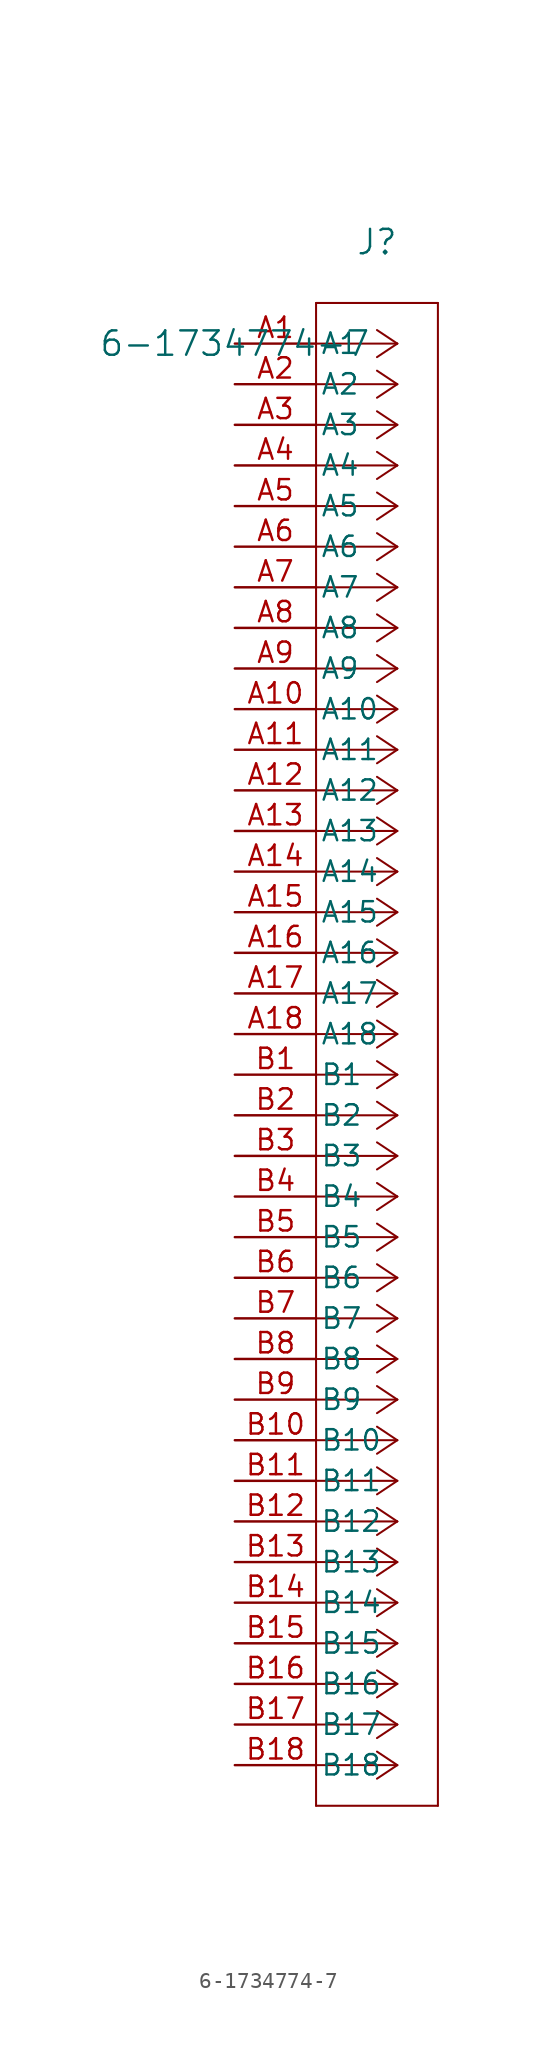
<source format=kicad_sym>
(kicad_symbol_lib
  (version 20211014)
  (generator kicad_symbol_editor)
  (symbol "6-1734774-7"
    (pin_names
      (offset 0.254))
    (property "Reference" "J"
      (at 8.89 6.35 0)
      (effects (font (size 1.524 1.524))))
    (property "Value" "6-1734774-7"
      (at 0 0 0)
      (effects (font (size 1.524 1.524))))
    (symbol "6-1734774-7_0_1"
      (polyline (pts (xy 10.16 0) (xy 5.08 0)) (stroke (width 0.127) (type default) (color 0 0 0 0)) (fill (type none)))
      (polyline (pts (xy 10.16 -2.54) (xy 5.08 -2.54)) (stroke (width 0.127) (type default) (color 0 0 0 0)) (fill (type none)))
      (polyline (pts (xy 10.16 -5.08) (xy 5.08 -5.08)) (stroke (width 0.127) (type default) (color 0 0 0 0)) (fill (type none)))
      (polyline (pts (xy 10.16 -7.62) (xy 5.08 -7.62)) (stroke (width 0.127) (type default) (color 0 0 0 0)) (fill (type none)))
      (polyline (pts (xy 10.16 -10.16) (xy 5.08 -10.16)) (stroke (width 0.127) (type default) (color 0 0 0 0)) (fill (type none)))
      (polyline (pts (xy 10.16 -12.7) (xy 5.08 -12.7)) (stroke (width 0.127) (type default) (color 0 0 0 0)) (fill (type none)))
      (polyline (pts (xy 10.16 -15.24) (xy 5.08 -15.24)) (stroke (width 0.127) (type default) (color 0 0 0 0)) (fill (type none)))
      (polyline (pts (xy 10.16 -17.78) (xy 5.08 -17.78)) (stroke (width 0.127) (type default) (color 0 0 0 0)) (fill (type none)))
      (polyline (pts (xy 10.16 -20.32) (xy 5.08 -20.32)) (stroke (width 0.127) (type default) (color 0 0 0 0)) (fill (type none)))
      (polyline (pts (xy 10.16 -22.86) (xy 5.08 -22.86)) (stroke (width 0.127) (type default) (color 0 0 0 0)) (fill (type none)))
      (polyline (pts (xy 10.16 -25.4) (xy 5.08 -25.4)) (stroke (width 0.127) (type default) (color 0 0 0 0)) (fill (type none)))
      (polyline (pts (xy 10.16 -27.94) (xy 5.08 -27.94)) (stroke (width 0.127) (type default) (color 0 0 0 0)) (fill (type none)))
      (polyline (pts (xy 10.16 -30.48) (xy 5.08 -30.48)) (stroke (width 0.127) (type default) (color 0 0 0 0)) (fill (type none)))
      (polyline (pts (xy 10.16 -33.02) (xy 5.08 -33.02)) (stroke (width 0.127) (type default) (color 0 0 0 0)) (fill (type none)))
      (polyline (pts (xy 10.16 -35.56) (xy 5.08 -35.56)) (stroke (width 0.127) (type default) (color 0 0 0 0)) (fill (type none)))
      (polyline (pts (xy 10.16 -38.1) (xy 5.08 -38.1)) (stroke (width 0.127) (type default) (color 0 0 0 0)) (fill (type none)))
      (polyline (pts (xy 10.16 -40.64) (xy 5.08 -40.64)) (stroke (width 0.127) (type default) (color 0 0 0 0)) (fill (type none)))
      (polyline (pts (xy 10.16 -43.18) (xy 5.08 -43.18)) (stroke (width 0.127) (type default) (color 0 0 0 0)) (fill (type none)))
      (polyline (pts (xy 10.16 -45.72) (xy 5.08 -45.72)) (stroke (width 0.127) (type default) (color 0 0 0 0)) (fill (type none)))
      (polyline (pts (xy 10.16 -48.26) (xy 5.08 -48.26)) (stroke (width 0.127) (type default) (color 0 0 0 0)) (fill (type none)))
      (polyline (pts (xy 10.16 -50.8) (xy 5.08 -50.8)) (stroke (width 0.127) (type default) (color 0 0 0 0)) (fill (type none)))
      (polyline (pts (xy 10.16 -53.34) (xy 5.08 -53.34)) (stroke (width 0.127) (type default) (color 0 0 0 0)) (fill (type none)))
      (polyline (pts (xy 10.16 -55.88) (xy 5.08 -55.88)) (stroke (width 0.127) (type default) (color 0 0 0 0)) (fill (type none)))
      (polyline (pts (xy 10.16 -58.42) (xy 5.08 -58.42)) (stroke (width 0.127) (type default) (color 0 0 0 0)) (fill (type none)))
      (polyline (pts (xy 10.16 -60.96) (xy 5.08 -60.96)) (stroke (width 0.127) (type default) (color 0 0 0 0)) (fill (type none)))
      (polyline (pts (xy 10.16 -63.5) (xy 5.08 -63.5)) (stroke (width 0.127) (type default) (color 0 0 0 0)) (fill (type none)))
      (polyline (pts (xy 10.16 -66.04) (xy 5.08 -66.04)) (stroke (width 0.127) (type default) (color 0 0 0 0)) (fill (type none)))
      (polyline (pts (xy 10.16 -68.58) (xy 5.08 -68.58)) (stroke (width 0.127) (type default) (color 0 0 0 0)) (fill (type none)))
      (polyline (pts (xy 10.16 -71.12) (xy 5.08 -71.12)) (stroke (width 0.127) (type default) (color 0 0 0 0)) (fill (type none)))
      (polyline (pts (xy 10.16 -73.66) (xy 5.08 -73.66)) (stroke (width 0.127) (type default) (color 0 0 0 0)) (fill (type none)))
      (polyline (pts (xy 10.16 -76.2) (xy 5.08 -76.2)) (stroke (width 0.127) (type default) (color 0 0 0 0)) (fill (type none)))
      (polyline (pts (xy 10.16 -78.74) (xy 5.08 -78.74)) (stroke (width 0.127) (type default) (color 0 0 0 0)) (fill (type none)))
      (polyline (pts (xy 10.16 -81.28) (xy 5.08 -81.28)) (stroke (width 0.127) (type default) (color 0 0 0 0)) (fill (type none)))
      (polyline (pts (xy 10.16 -83.82) (xy 5.08 -83.82)) (stroke (width 0.127) (type default) (color 0 0 0 0)) (fill (type none)))
      (polyline (pts (xy 10.16 -86.36) (xy 5.08 -86.36)) (stroke (width 0.127) (type default) (color 0 0 0 0)) (fill (type none)))
      (polyline (pts (xy 10.16 -88.9) (xy 5.08 -88.9)) (stroke (width 0.127) (type default) (color 0 0 0 0)) (fill (type none)))
      (polyline (pts (xy 10.16 0) (xy 8.89 0.847)) (stroke (width 0.127) (type default) (color 0 0 0 0)) (fill (type none)))
      (polyline (pts (xy 10.16 -2.54) (xy 8.89 -1.693)) (stroke (width 0.127) (type default) (color 0 0 0 0)) (fill (type none)))
      (polyline (pts (xy 10.16 -5.08) (xy 8.89 -4.233)) (stroke (width 0.127) (type default) (color 0 0 0 0)) (fill (type none)))
      (polyline (pts (xy 10.16 -7.62) (xy 8.89 -6.773)) (stroke (width 0.127) (type default) (color 0 0 0 0)) (fill (type none)))
      (polyline (pts (xy 10.16 -10.16) (xy 8.89 -9.313)) (stroke (width 0.127) (type default) (color 0 0 0 0)) (fill (type none)))
      (polyline (pts (xy 10.16 -12.7) (xy 8.89 -11.853)) (stroke (width 0.127) (type default) (color 0 0 0 0)) (fill (type none)))
      (polyline (pts (xy 10.16 -15.24) (xy 8.89 -14.393)) (stroke (width 0.127) (type default) (color 0 0 0 0)) (fill (type none)))
      (polyline (pts (xy 10.16 -17.78) (xy 8.89 -16.933)) (stroke (width 0.127) (type default) (color 0 0 0 0)) (fill (type none)))
      (polyline (pts (xy 10.16 -20.32) (xy 8.89 -19.473)) (stroke (width 0.127) (type default) (color 0 0 0 0)) (fill (type none)))
      (polyline (pts (xy 10.16 -22.86) (xy 8.89 -22.013)) (stroke (width 0.127) (type default) (color 0 0 0 0)) (fill (type none)))
      (polyline (pts (xy 10.16 -25.4) (xy 8.89 -24.553)) (stroke (width 0.127) (type default) (color 0 0 0 0)) (fill (type none)))
      (polyline (pts (xy 10.16 -27.94) (xy 8.89 -27.093)) (stroke (width 0.127) (type default) (color 0 0 0 0)) (fill (type none)))
      (polyline (pts (xy 10.16 -30.48) (xy 8.89 -29.633)) (stroke (width 0.127) (type default) (color 0 0 0 0)) (fill (type none)))
      (polyline (pts (xy 10.16 -33.02) (xy 8.89 -32.173)) (stroke (width 0.127) (type default) (color 0 0 0 0)) (fill (type none)))
      (polyline (pts (xy 10.16 -35.56) (xy 8.89 -34.713)) (stroke (width 0.127) (type default) (color 0 0 0 0)) (fill (type none)))
      (polyline (pts (xy 10.16 -38.1) (xy 8.89 -37.253)) (stroke (width 0.127) (type default) (color 0 0 0 0)) (fill (type none)))
      (polyline (pts (xy 10.16 -40.64) (xy 8.89 -39.793)) (stroke (width 0.127) (type default) (color 0 0 0 0)) (fill (type none)))
      (polyline (pts (xy 10.16 -43.18) (xy 8.89 -42.333)) (stroke (width 0.127) (type default) (color 0 0 0 0)) (fill (type none)))
      (polyline (pts (xy 10.16 -45.72) (xy 8.89 -44.873)) (stroke (width 0.127) (type default) (color 0 0 0 0)) (fill (type none)))
      (polyline (pts (xy 10.16 -48.26) (xy 8.89 -47.413)) (stroke (width 0.127) (type default) (color 0 0 0 0)) (fill (type none)))
      (polyline (pts (xy 10.16 -50.8) (xy 8.89 -49.953)) (stroke (width 0.127) (type default) (color 0 0 0 0)) (fill (type none)))
      (polyline (pts (xy 10.16 -53.34) (xy 8.89 -52.493)) (stroke (width 0.127) (type default) (color 0 0 0 0)) (fill (type none)))
      (polyline (pts (xy 10.16 -55.88) (xy 8.89 -55.033)) (stroke (width 0.127) (type default) (color 0 0 0 0)) (fill (type none)))
      (polyline (pts (xy 10.16 -58.42) (xy 8.89 -57.573)) (stroke (width 0.127) (type default) (color 0 0 0 0)) (fill (type none)))
      (polyline (pts (xy 10.16 -60.96) (xy 8.89 -60.113)) (stroke (width 0.127) (type default) (color 0 0 0 0)) (fill (type none)))
      (polyline (pts (xy 10.16 -63.5) (xy 8.89 -62.653)) (stroke (width 0.127) (type default) (color 0 0 0 0)) (fill (type none)))
      (polyline (pts (xy 10.16 -66.04) (xy 8.89 -65.193)) (stroke (width 0.127) (type default) (color 0 0 0 0)) (fill (type none)))
      (polyline (pts (xy 10.16 -68.58) (xy 8.89 -67.733)) (stroke (width 0.127) (type default) (color 0 0 0 0)) (fill (type none)))
      (polyline (pts (xy 10.16 -71.12) (xy 8.89 -70.273)) (stroke (width 0.127) (type default) (color 0 0 0 0)) (fill (type none)))
      (polyline (pts (xy 10.16 -73.66) (xy 8.89 -72.813)) (stroke (width 0.127) (type default) (color 0 0 0 0)) (fill (type none)))
      (polyline (pts (xy 10.16 -76.2) (xy 8.89 -75.353)) (stroke (width 0.127) (type default) (color 0 0 0 0)) (fill (type none)))
      (polyline (pts (xy 10.16 -78.74) (xy 8.89 -77.893)) (stroke (width 0.127) (type default) (color 0 0 0 0)) (fill (type none)))
      (polyline (pts (xy 10.16 -81.28) (xy 8.89 -80.433)) (stroke (width 0.127) (type default) (color 0 0 0 0)) (fill (type none)))
      (polyline (pts (xy 10.16 -83.82) (xy 8.89 -82.973)) (stroke (width 0.127) (type default) (color 0 0 0 0)) (fill (type none)))
      (polyline (pts (xy 10.16 -86.36) (xy 8.89 -85.513)) (stroke (width 0.127) (type default) (color 0 0 0 0)) (fill (type none)))
      (polyline (pts (xy 10.16 -88.9) (xy 8.89 -88.053)) (stroke (width 0.127) (type default) (color 0 0 0 0)) (fill (type none)))
      (polyline (pts (xy 10.16 0) (xy 8.89 -0.847)) (stroke (width 0.127) (type default) (color 0 0 0 0)) (fill (type none)))
      (polyline (pts (xy 10.16 -2.54) (xy 8.89 -3.387)) (stroke (width 0.127) (type default) (color 0 0 0 0)) (fill (type none)))
      (polyline (pts (xy 10.16 -5.08) (xy 8.89 -5.927)) (stroke (width 0.127) (type default) (color 0 0 0 0)) (fill (type none)))
      (polyline (pts (xy 10.16 -7.62) (xy 8.89 -8.467)) (stroke (width 0.127) (type default) (color 0 0 0 0)) (fill (type none)))
      (polyline (pts (xy 10.16 -10.16) (xy 8.89 -11.007)) (stroke (width 0.127) (type default) (color 0 0 0 0)) (fill (type none)))
      (polyline (pts (xy 10.16 -12.7) (xy 8.89 -13.547)) (stroke (width 0.127) (type default) (color 0 0 0 0)) (fill (type none)))
      (polyline (pts (xy 10.16 -15.24) (xy 8.89 -16.087)) (stroke (width 0.127) (type default) (color 0 0 0 0)) (fill (type none)))
      (polyline (pts (xy 10.16 -17.78) (xy 8.89 -18.627)) (stroke (width 0.127) (type default) (color 0 0 0 0)) (fill (type none)))
      (polyline (pts (xy 10.16 -20.32) (xy 8.89 -21.167)) (stroke (width 0.127) (type default) (color 0 0 0 0)) (fill (type none)))
      (polyline (pts (xy 10.16 -22.86) (xy 8.89 -23.707)) (stroke (width 0.127) (type default) (color 0 0 0 0)) (fill (type none)))
      (polyline (pts (xy 10.16 -25.4) (xy 8.89 -26.247)) (stroke (width 0.127) (type default) (color 0 0 0 0)) (fill (type none)))
      (polyline (pts (xy 10.16 -27.94) (xy 8.89 -28.787)) (stroke (width 0.127) (type default) (color 0 0 0 0)) (fill (type none)))
      (polyline (pts (xy 10.16 -30.48) (xy 8.89 -31.327)) (stroke (width 0.127) (type default) (color 0 0 0 0)) (fill (type none)))
      (polyline (pts (xy 10.16 -33.02) (xy 8.89 -33.867)) (stroke (width 0.127) (type default) (color 0 0 0 0)) (fill (type none)))
      (polyline (pts (xy 10.16 -35.56) (xy 8.89 -36.407)) (stroke (width 0.127) (type default) (color 0 0 0 0)) (fill (type none)))
      (polyline (pts (xy 10.16 -38.1) (xy 8.89 -38.947)) (stroke (width 0.127) (type default) (color 0 0 0 0)) (fill (type none)))
      (polyline (pts (xy 10.16 -40.64) (xy 8.89 -41.487)) (stroke (width 0.127) (type default) (color 0 0 0 0)) (fill (type none)))
      (polyline (pts (xy 10.16 -43.18) (xy 8.89 -44.027)) (stroke (width 0.127) (type default) (color 0 0 0 0)) (fill (type none)))
      (polyline (pts (xy 10.16 -45.72) (xy 8.89 -46.567)) (stroke (width 0.127) (type default) (color 0 0 0 0)) (fill (type none)))
      (polyline (pts (xy 10.16 -48.26) (xy 8.89 -49.107)) (stroke (width 0.127) (type default) (color 0 0 0 0)) (fill (type none)))
      (polyline (pts (xy 10.16 -50.8) (xy 8.89 -51.647)) (stroke (width 0.127) (type default) (color 0 0 0 0)) (fill (type none)))
      (polyline (pts (xy 10.16 -53.34) (xy 8.89 -54.187)) (stroke (width 0.127) (type default) (color 0 0 0 0)) (fill (type none)))
      (polyline (pts (xy 10.16 -55.88) (xy 8.89 -56.727)) (stroke (width 0.127) (type default) (color 0 0 0 0)) (fill (type none)))
      (polyline (pts (xy 10.16 -58.42) (xy 8.89 -59.267)) (stroke (width 0.127) (type default) (color 0 0 0 0)) (fill (type none)))
      (polyline (pts (xy 10.16 -60.96) (xy 8.89 -61.807)) (stroke (width 0.127) (type default) (color 0 0 0 0)) (fill (type none)))
      (polyline (pts (xy 10.16 -63.5) (xy 8.89 -64.347)) (stroke (width 0.127) (type default) (color 0 0 0 0)) (fill (type none)))
      (polyline (pts (xy 10.16 -66.04) (xy 8.89 -66.887)) (stroke (width 0.127) (type default) (color 0 0 0 0)) (fill (type none)))
      (polyline (pts (xy 10.16 -68.58) (xy 8.89 -69.427)) (stroke (width 0.127) (type default) (color 0 0 0 0)) (fill (type none)))
      (polyline (pts (xy 10.16 -71.12) (xy 8.89 -71.967)) (stroke (width 0.127) (type default) (color 0 0 0 0)) (fill (type none)))
      (polyline (pts (xy 10.16 -73.66) (xy 8.89 -74.507)) (stroke (width 0.127) (type default) (color 0 0 0 0)) (fill (type none)))
      (polyline (pts (xy 10.16 -76.2) (xy 8.89 -77.047)) (stroke (width 0.127) (type default) (color 0 0 0 0)) (fill (type none)))
      (polyline (pts (xy 10.16 -78.74) (xy 8.89 -79.587)) (stroke (width 0.127) (type default) (color 0 0 0 0)) (fill (type none)))
      (polyline (pts (xy 10.16 -81.28) (xy 8.89 -82.127)) (stroke (width 0.127) (type default) (color 0 0 0 0)) (fill (type none)))
      (polyline (pts (xy 10.16 -83.82) (xy 8.89 -84.667)) (stroke (width 0.127) (type default) (color 0 0 0 0)) (fill (type none)))
      (polyline (pts (xy 10.16 -86.36) (xy 8.89 -87.207)) (stroke (width 0.127) (type default) (color 0 0 0 0)) (fill (type none)))
      (polyline (pts (xy 10.16 -88.9) (xy 8.89 -89.747)) (stroke (width 0.127) (type default) (color 0 0 0 0)) (fill (type none)))
      (polyline (pts (xy 5.08 2.54) (xy 5.08 -91.44)) (stroke (width 0.127) (type default) (color 0 0 0 0)) (fill (type none)))
      (polyline (pts (xy 5.08 -91.44) (xy 12.7 -91.44)) (stroke (width 0.127) (type default) (color 0 0 0 0)) (fill (type none)))
      (polyline (pts (xy 12.7 -91.44) (xy 12.7 2.54)) (stroke (width 0.127) (type default) (color 0 0 0 0)) (fill (type none)))
      (polyline (pts (xy 12.7 2.54) (xy 5.08 2.54)) (stroke (width 0.127) (type default) (color 0 0 0 0)) (fill (type none)))
      (pin unspecified line (at 0 0 0) (length 5.08) (name "A1" (effects (font (size 1.27 1.27)))) (number "A1" (effects (font (size 1.27 1.27)))))
      (pin unspecified line (at 0 -2.54 0) (length 5.08) (name "A2" (effects (font (size 1.27 1.27)))) (number "A2" (effects (font (size 1.27 1.27)))))
      (pin unspecified line (at 0 -5.08 0) (length 5.08) (name "A3" (effects (font (size 1.27 1.27)))) (number "A3" (effects (font (size 1.27 1.27)))))
      (pin unspecified line (at 0 -7.62 0) (length 5.08) (name "A4" (effects (font (size 1.27 1.27)))) (number "A4" (effects (font (size 1.27 1.27)))))
      (pin unspecified line (at 0 -10.16 0) (length 5.08) (name "A5" (effects (font (size 1.27 1.27)))) (number "A5" (effects (font (size 1.27 1.27)))))
      (pin unspecified line (at 0 -12.7 0) (length 5.08) (name "A6" (effects (font (size 1.27 1.27)))) (number "A6" (effects (font (size 1.27 1.27)))))
      (pin unspecified line (at 0 -15.24 0) (length 5.08) (name "A7" (effects (font (size 1.27 1.27)))) (number "A7" (effects (font (size 1.27 1.27)))))
      (pin unspecified line (at 0 -17.78 0) (length 5.08) (name "A8" (effects (font (size 1.27 1.27)))) (number "A8" (effects (font (size 1.27 1.27)))))
      (pin unspecified line (at 0 -20.32 0) (length 5.08) (name "A9" (effects (font (size 1.27 1.27)))) (number "A9" (effects (font (size 1.27 1.27)))))
      (pin unspecified line (at 0 -22.86 0) (length 5.08) (name "A10" (effects (font (size 1.27 1.27)))) (number "A10" (effects (font (size 1.27 1.27)))))
      (pin unspecified line (at 0 -25.4 0) (length 5.08) (name "A11" (effects (font (size 1.27 1.27)))) (number "A11" (effects (font (size 1.27 1.27)))))
      (pin unspecified line (at 0 -27.94 0) (length 5.08) (name "A12" (effects (font (size 1.27 1.27)))) (number "A12" (effects (font (size 1.27 1.27)))))
      (pin unspecified line (at 0 -30.48 0) (length 5.08) (name "A13" (effects (font (size 1.27 1.27)))) (number "A13" (effects (font (size 1.27 1.27)))))
      (pin unspecified line (at 0 -33.02 0) (length 5.08) (name "A14" (effects (font (size 1.27 1.27)))) (number "A14" (effects (font (size 1.27 1.27)))))
      (pin unspecified line (at 0 -35.56 0) (length 5.08) (name "A15" (effects (font (size 1.27 1.27)))) (number "A15" (effects (font (size 1.27 1.27)))))
      (pin unspecified line (at 0 -38.1 0) (length 5.08) (name "A16" (effects (font (size 1.27 1.27)))) (number "A16" (effects (font (size 1.27 1.27)))))
      (pin unspecified line (at 0 -40.64 0) (length 5.08) (name "A17" (effects (font (size 1.27 1.27)))) (number "A17" (effects (font (size 1.27 1.27)))))
      (pin unspecified line (at 0 -43.18 0) (length 5.08) (name "A18" (effects (font (size 1.27 1.27)))) (number "A18" (effects (font (size 1.27 1.27)))))
      (pin unspecified line (at 0 -45.72 0) (length 5.08) (name "B1" (effects (font (size 1.27 1.27)))) (number "B1" (effects (font (size 1.27 1.27)))))
      (pin unspecified line (at 0 -48.26 0) (length 5.08) (name "B2" (effects (font (size 1.27 1.27)))) (number "B2" (effects (font (size 1.27 1.27)))))
      (pin unspecified line (at 0 -50.8 0) (length 5.08) (name "B3" (effects (font (size 1.27 1.27)))) (number "B3" (effects (font (size 1.27 1.27)))))
      (pin unspecified line (at 0 -53.34 0) (length 5.08) (name "B4" (effects (font (size 1.27 1.27)))) (number "B4" (effects (font (size 1.27 1.27)))))
      (pin unspecified line (at 0 -55.88 0) (length 5.08) (name "B5" (effects (font (size 1.27 1.27)))) (number "B5" (effects (font (size 1.27 1.27)))))
      (pin unspecified line (at 0 -58.42 0) (length 5.08) (name "B6" (effects (font (size 1.27 1.27)))) (number "B6" (effects (font (size 1.27 1.27)))))
      (pin unspecified line (at 0 -60.96 0) (length 5.08) (name "B7" (effects (font (size 1.27 1.27)))) (number "B7" (effects (font (size 1.27 1.27)))))
      (pin unspecified line (at 0 -63.5 0) (length 5.08) (name "B8" (effects (font (size 1.27 1.27)))) (number "B8" (effects (font (size 1.27 1.27)))))
      (pin unspecified line (at 0 -66.04 0) (length 5.08) (name "B9" (effects (font (size 1.27 1.27)))) (number "B9" (effects (font (size 1.27 1.27)))))
      (pin unspecified line (at 0 -68.58 0) (length 5.08) (name "B10" (effects (font (size 1.27 1.27)))) (number "B10" (effects (font (size 1.27 1.27)))))
      (pin unspecified line (at 0 -71.12 0) (length 5.08) (name "B11" (effects (font (size 1.27 1.27)))) (number "B11" (effects (font (size 1.27 1.27)))))
      (pin unspecified line (at 0 -73.66 0) (length 5.08) (name "B12" (effects (font (size 1.27 1.27)))) (number "B12" (effects (font (size 1.27 1.27)))))
      (pin unspecified line (at 0 -76.2 0) (length 5.08) (name "B13" (effects (font (size 1.27 1.27)))) (number "B13" (effects (font (size 1.27 1.27)))))
      (pin unspecified line (at 0 -78.74 0) (length 5.08) (name "B14" (effects (font (size 1.27 1.27)))) (number "B14" (effects (font (size 1.27 1.27)))))
      (pin unspecified line (at 0 -81.28 0) (length 5.08) (name "B15" (effects (font (size 1.27 1.27)))) (number "B15" (effects (font (size 1.27 1.27)))))
      (pin unspecified line (at 0 -83.82 0) (length 5.08) (name "B16" (effects (font (size 1.27 1.27)))) (number "B16" (effects (font (size 1.27 1.27)))))
      (pin unspecified line (at 0 -86.36 0) (length 5.08) (name "B17" (effects (font (size 1.27 1.27)))) (number "B17" (effects (font (size 1.27 1.27)))))
      (pin unspecified line (at 0 -88.9 0) (length 5.08) (name "B18" (effects (font (size 1.27 1.27)))) (number "B18" (effects (font (size 1.27 1.27))))))))
</source>
